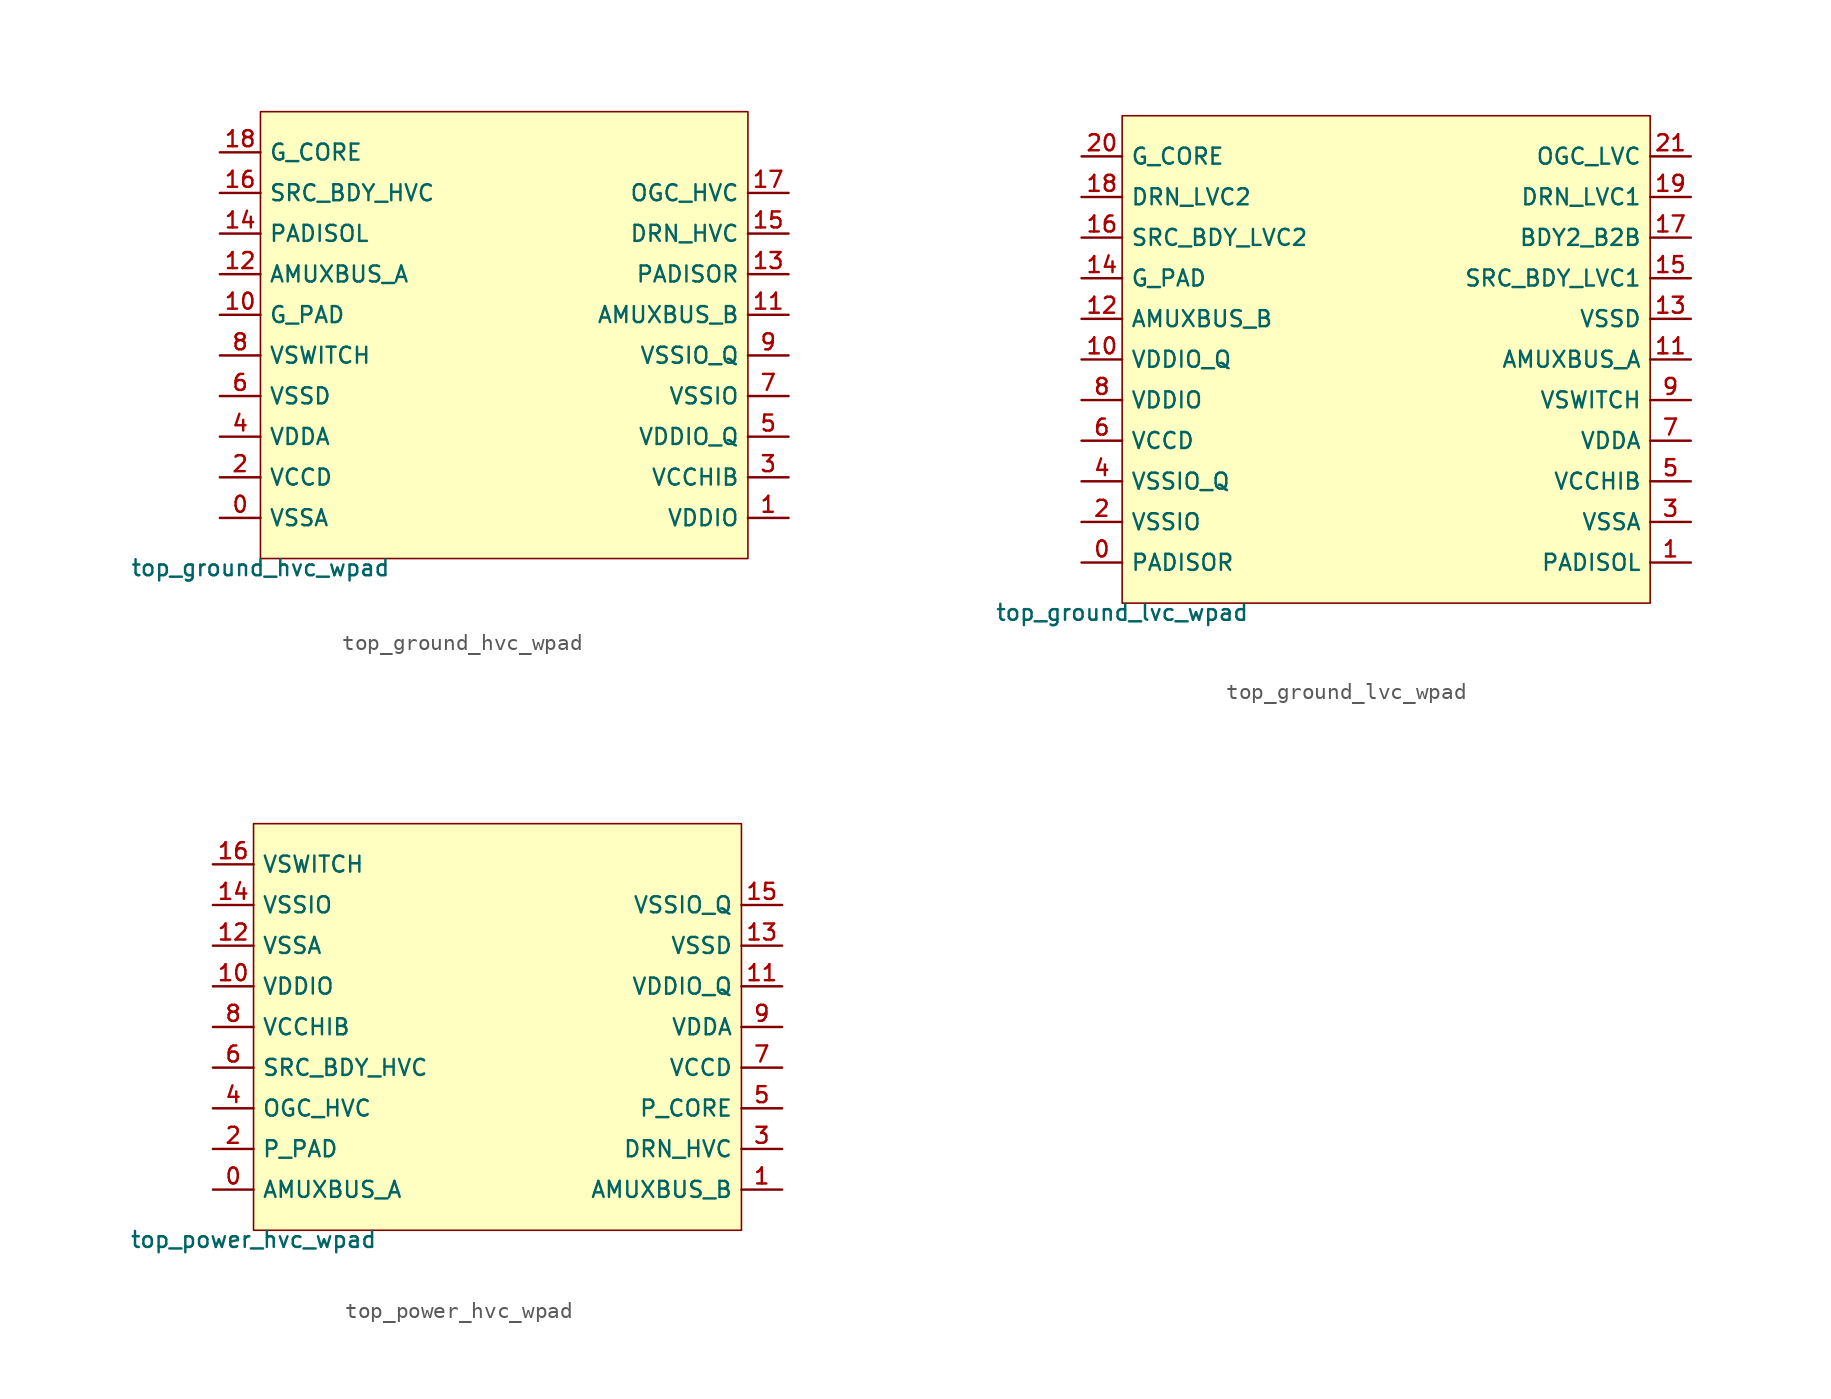
<source format=kicad_sym>
(kicad_symbol_lib
  (version 20211014)
  (generator pdk2kicad)
  (symbol "top_ground_hvc_wpad"
    (property "Reference" "X"
      (at 0 0 0)
      (effects (font (size 1 1)) hide))
    (property "Value" "top_ground_hvc_wpad"
      (at -15.24 -13.97 0)
      (effects (font (size 1 1)) (justify top)))
    (rectangle
      (start -15.24 -13.97)
      (end 15.24 13.97)
      (stroke (width 0.1) (type solid) (color 0 0 0 0))
      (fill (type background)))
    (pin bidirectional line
      (at -17.78 -11.43 0)
      (length 2.54)
      (name "VSSA" (effects (font (size 1 1)) hide))
      (number "0" (effects (font (size 1 1)) hide)))
    (pin bidirectional line
      (at 17.78 -11.43 180)
      (length 2.54)
      (name "VDDIO" (effects (font (size 1 1)) hide))
      (number "1" (effects (font (size 1 1)) hide)))
    (pin bidirectional line
      (at -17.78 -8.89 0)
      (length 2.54)
      (name "VCCD" (effects (font (size 1 1)) hide))
      (number "2" (effects (font (size 1 1)) hide)))
    (pin bidirectional line
      (at 17.78 -8.89 180)
      (length 2.54)
      (name "VCCHIB" (effects (font (size 1 1)) hide))
      (number "3" (effects (font (size 1 1)) hide)))
    (pin bidirectional line
      (at -17.78 -6.35 0)
      (length 2.54)
      (name "VDDA" (effects (font (size 1 1)) hide))
      (number "4" (effects (font (size 1 1)) hide)))
    (pin bidirectional line
      (at 17.78 -6.35 180)
      (length 2.54)
      (name "VDDIO_Q" (effects (font (size 1 1)) hide))
      (number "5" (effects (font (size 1 1)) hide)))
    (pin bidirectional line
      (at -17.78 -3.81 0)
      (length 2.54)
      (name "VSSD" (effects (font (size 1 1)) hide))
      (number "6" (effects (font (size 1 1)) hide)))
    (pin bidirectional line
      (at 17.78 -3.81 180)
      (length 2.54)
      (name "VSSIO" (effects (font (size 1 1)) hide))
      (number "7" (effects (font (size 1 1)) hide)))
    (pin bidirectional line
      (at -17.78 -1.27 0)
      (length 2.54)
      (name "VSWITCH" (effects (font (size 1 1)) hide))
      (number "8" (effects (font (size 1 1)) hide)))
    (pin bidirectional line
      (at 17.78 -1.27 180)
      (length 2.54)
      (name "VSSIO_Q" (effects (font (size 1 1)) hide))
      (number "9" (effects (font (size 1 1)) hide)))
    (pin bidirectional line
      (at -17.78 1.27 0)
      (length 2.54)
      (name "G_PAD" (effects (font (size 1 1)) hide))
      (number "10" (effects (font (size 1 1)) hide)))
    (pin bidirectional line
      (at 17.78 1.27 180)
      (length 2.54)
      (name "AMUXBUS_B" (effects (font (size 1 1)) hide))
      (number "11" (effects (font (size 1 1)) hide)))
    (pin bidirectional line
      (at -17.78 3.81 0)
      (length 2.54)
      (name "AMUXBUS_A" (effects (font (size 1 1)) hide))
      (number "12" (effects (font (size 1 1)) hide)))
    (pin bidirectional line
      (at 17.78 3.81 180)
      (length 2.54)
      (name "PADISOR" (effects (font (size 1 1)) hide))
      (number "13" (effects (font (size 1 1)) hide)))
    (pin bidirectional line
      (at -17.78 6.35 0)
      (length 2.54)
      (name "PADISOL" (effects (font (size 1 1)) hide))
      (number "14" (effects (font (size 1 1)) hide)))
    (pin bidirectional line
      (at 17.78 6.35 180)
      (length 2.54)
      (name "DRN_HVC" (effects (font (size 1 1)) hide))
      (number "15" (effects (font (size 1 1)) hide)))
    (pin bidirectional line
      (at -17.78 8.89 0)
      (length 2.54)
      (name "SRC_BDY_HVC" (effects (font (size 1 1)) hide))
      (number "16" (effects (font (size 1 1)) hide)))
    (pin bidirectional line
      (at 17.78 8.89 180)
      (length 2.54)
      (name "OGC_HVC" (effects (font (size 1 1)) hide))
      (number "17" (effects (font (size 1 1)) hide)))
    (pin bidirectional line
      (at -17.78 11.43 0)
      (length 2.54)
      (name "G_CORE" (effects (font (size 1 1)) hide))
      (number "18" (effects (font (size 1 1)) hide))))
  (symbol "top_ground_lvc_wpad"
    (property "Reference" "X"
      (at 0 0 0)
      (effects (font (size 1 1)) hide))
    (property "Value" "top_ground_lvc_wpad"
      (at -16.51 -15.24 0)
      (effects (font (size 1 1)) (justify top)))
    (rectangle
      (start -16.51 -15.24)
      (end 16.51 15.24)
      (stroke (width 0.1) (type solid) (color 0 0 0 0))
      (fill (type background)))
    (pin bidirectional line
      (at -19.05 -12.7 0)
      (length 2.54)
      (name "PADISOR" (effects (font (size 1 1)) hide))
      (number "0" (effects (font (size 1 1)) hide)))
    (pin bidirectional line
      (at 19.05 -12.7 180)
      (length 2.54)
      (name "PADISOL" (effects (font (size 1 1)) hide))
      (number "1" (effects (font (size 1 1)) hide)))
    (pin bidirectional line
      (at -19.05 -10.16 0)
      (length 2.54)
      (name "VSSIO" (effects (font (size 1 1)) hide))
      (number "2" (effects (font (size 1 1)) hide)))
    (pin bidirectional line
      (at 19.05 -10.16 180)
      (length 2.54)
      (name "VSSA" (effects (font (size 1 1)) hide))
      (number "3" (effects (font (size 1 1)) hide)))
    (pin bidirectional line
      (at -19.05 -7.62 0)
      (length 2.54)
      (name "VSSIO_Q" (effects (font (size 1 1)) hide))
      (number "4" (effects (font (size 1 1)) hide)))
    (pin bidirectional line
      (at 19.05 -7.62 180)
      (length 2.54)
      (name "VCCHIB" (effects (font (size 1 1)) hide))
      (number "5" (effects (font (size 1 1)) hide)))
    (pin bidirectional line
      (at -19.05 -5.08 0)
      (length 2.54)
      (name "VCCD" (effects (font (size 1 1)) hide))
      (number "6" (effects (font (size 1 1)) hide)))
    (pin bidirectional line
      (at 19.05 -5.08 180)
      (length 2.54)
      (name "VDDA" (effects (font (size 1 1)) hide))
      (number "7" (effects (font (size 1 1)) hide)))
    (pin bidirectional line
      (at -19.05 -2.54 0)
      (length 2.54)
      (name "VDDIO" (effects (font (size 1 1)) hide))
      (number "8" (effects (font (size 1 1)) hide)))
    (pin bidirectional line
      (at 19.05 -2.54 180)
      (length 2.54)
      (name "VSWITCH" (effects (font (size 1 1)) hide))
      (number "9" (effects (font (size 1 1)) hide)))
    (pin bidirectional line
      (at -19.05 0.0 0)
      (length 2.54)
      (name "VDDIO_Q" (effects (font (size 1 1)) hide))
      (number "10" (effects (font (size 1 1)) hide)))
    (pin bidirectional line
      (at 19.05 0.0 180)
      (length 2.54)
      (name "AMUXBUS_A" (effects (font (size 1 1)) hide))
      (number "11" (effects (font (size 1 1)) hide)))
    (pin bidirectional line
      (at -19.05 2.54 0)
      (length 2.54)
      (name "AMUXBUS_B" (effects (font (size 1 1)) hide))
      (number "12" (effects (font (size 1 1)) hide)))
    (pin bidirectional line
      (at 19.05 2.54 180)
      (length 2.54)
      (name "VSSD" (effects (font (size 1 1)) hide))
      (number "13" (effects (font (size 1 1)) hide)))
    (pin bidirectional line
      (at -19.05 5.08 0)
      (length 2.54)
      (name "G_PAD" (effects (font (size 1 1)) hide))
      (number "14" (effects (font (size 1 1)) hide)))
    (pin bidirectional line
      (at 19.05 5.08 180)
      (length 2.54)
      (name "SRC_BDY_LVC1" (effects (font (size 1 1)) hide))
      (number "15" (effects (font (size 1 1)) hide)))
    (pin bidirectional line
      (at -19.05 7.62 0)
      (length 2.54)
      (name "SRC_BDY_LVC2" (effects (font (size 1 1)) hide))
      (number "16" (effects (font (size 1 1)) hide)))
    (pin bidirectional line
      (at 19.05 7.62 180)
      (length 2.54)
      (name "BDY2_B2B" (effects (font (size 1 1)) hide))
      (number "17" (effects (font (size 1 1)) hide)))
    (pin bidirectional line
      (at -19.05 10.16 0)
      (length 2.54)
      (name "DRN_LVC2" (effects (font (size 1 1)) hide))
      (number "18" (effects (font (size 1 1)) hide)))
    (pin bidirectional line
      (at 19.05 10.16 180)
      (length 2.54)
      (name "DRN_LVC1" (effects (font (size 1 1)) hide))
      (number "19" (effects (font (size 1 1)) hide)))
    (pin bidirectional line
      (at -19.05 12.7 0)
      (length 2.54)
      (name "G_CORE" (effects (font (size 1 1)) hide))
      (number "20" (effects (font (size 1 1)) hide)))
    (pin bidirectional line
      (at 19.05 12.7 180)
      (length 2.54)
      (name "OGC_LVC" (effects (font (size 1 1)) hide))
      (number "21" (effects (font (size 1 1)) hide))))
  (symbol "top_power_hvc_wpad"
    (property "Reference" "X"
      (at 0 0 0)
      (effects (font (size 1 1)) hide))
    (property "Value" "top_power_hvc_wpad"
      (at -15.24 -12.7 0)
      (effects (font (size 1 1)) (justify top)))
    (rectangle
      (start -15.24 -12.7)
      (end 15.24 12.7)
      (stroke (width 0.1) (type solid) (color 0 0 0 0))
      (fill (type background)))
    (pin bidirectional line
      (at -17.78 -10.16 0)
      (length 2.54)
      (name "AMUXBUS_A" (effects (font (size 1 1)) hide))
      (number "0" (effects (font (size 1 1)) hide)))
    (pin bidirectional line
      (at 17.78 -10.16 180)
      (length 2.54)
      (name "AMUXBUS_B" (effects (font (size 1 1)) hide))
      (number "1" (effects (font (size 1 1)) hide)))
    (pin bidirectional line
      (at -17.78 -7.62 0)
      (length 2.54)
      (name "P_PAD" (effects (font (size 1 1)) hide))
      (number "2" (effects (font (size 1 1)) hide)))
    (pin bidirectional line
      (at 17.78 -7.62 180)
      (length 2.54)
      (name "DRN_HVC" (effects (font (size 1 1)) hide))
      (number "3" (effects (font (size 1 1)) hide)))
    (pin bidirectional line
      (at -17.78 -5.08 0)
      (length 2.54)
      (name "OGC_HVC" (effects (font (size 1 1)) hide))
      (number "4" (effects (font (size 1 1)) hide)))
    (pin bidirectional line
      (at 17.78 -5.08 180)
      (length 2.54)
      (name "P_CORE" (effects (font (size 1 1)) hide))
      (number "5" (effects (font (size 1 1)) hide)))
    (pin bidirectional line
      (at -17.78 -2.54 0)
      (length 2.54)
      (name "SRC_BDY_HVC" (effects (font (size 1 1)) hide))
      (number "6" (effects (font (size 1 1)) hide)))
    (pin bidirectional line
      (at 17.78 -2.54 180)
      (length 2.54)
      (name "VCCD" (effects (font (size 1 1)) hide))
      (number "7" (effects (font (size 1 1)) hide)))
    (pin bidirectional line
      (at -17.78 0.0 0)
      (length 2.54)
      (name "VCCHIB" (effects (font (size 1 1)) hide))
      (number "8" (effects (font (size 1 1)) hide)))
    (pin bidirectional line
      (at 17.78 0.0 180)
      (length 2.54)
      (name "VDDA" (effects (font (size 1 1)) hide))
      (number "9" (effects (font (size 1 1)) hide)))
    (pin bidirectional line
      (at -17.78 2.54 0)
      (length 2.54)
      (name "VDDIO" (effects (font (size 1 1)) hide))
      (number "10" (effects (font (size 1 1)) hide)))
    (pin bidirectional line
      (at 17.78 2.54 180)
      (length 2.54)
      (name "VDDIO_Q" (effects (font (size 1 1)) hide))
      (number "11" (effects (font (size 1 1)) hide)))
    (pin bidirectional line
      (at -17.78 5.08 0)
      (length 2.54)
      (name "VSSA" (effects (font (size 1 1)) hide))
      (number "12" (effects (font (size 1 1)) hide)))
    (pin bidirectional line
      (at 17.78 5.08 180)
      (length 2.54)
      (name "VSSD" (effects (font (size 1 1)) hide))
      (number "13" (effects (font (size 1 1)) hide)))
    (pin bidirectional line
      (at -17.78 7.62 0)
      (length 2.54)
      (name "VSSIO" (effects (font (size 1 1)) hide))
      (number "14" (effects (font (size 1 1)) hide)))
    (pin bidirectional line
      (at 17.78 7.62 180)
      (length 2.54)
      (name "VSSIO_Q" (effects (font (size 1 1)) hide))
      (number "15" (effects (font (size 1 1)) hide)))
    (pin bidirectional line
      (at -17.78 10.16 0)
      (length 2.54)
      (name "VSWITCH" (effects (font (size 1 1)) hide))
      (number "16" (effects (font (size 1 1)) hide)))))
</source>
